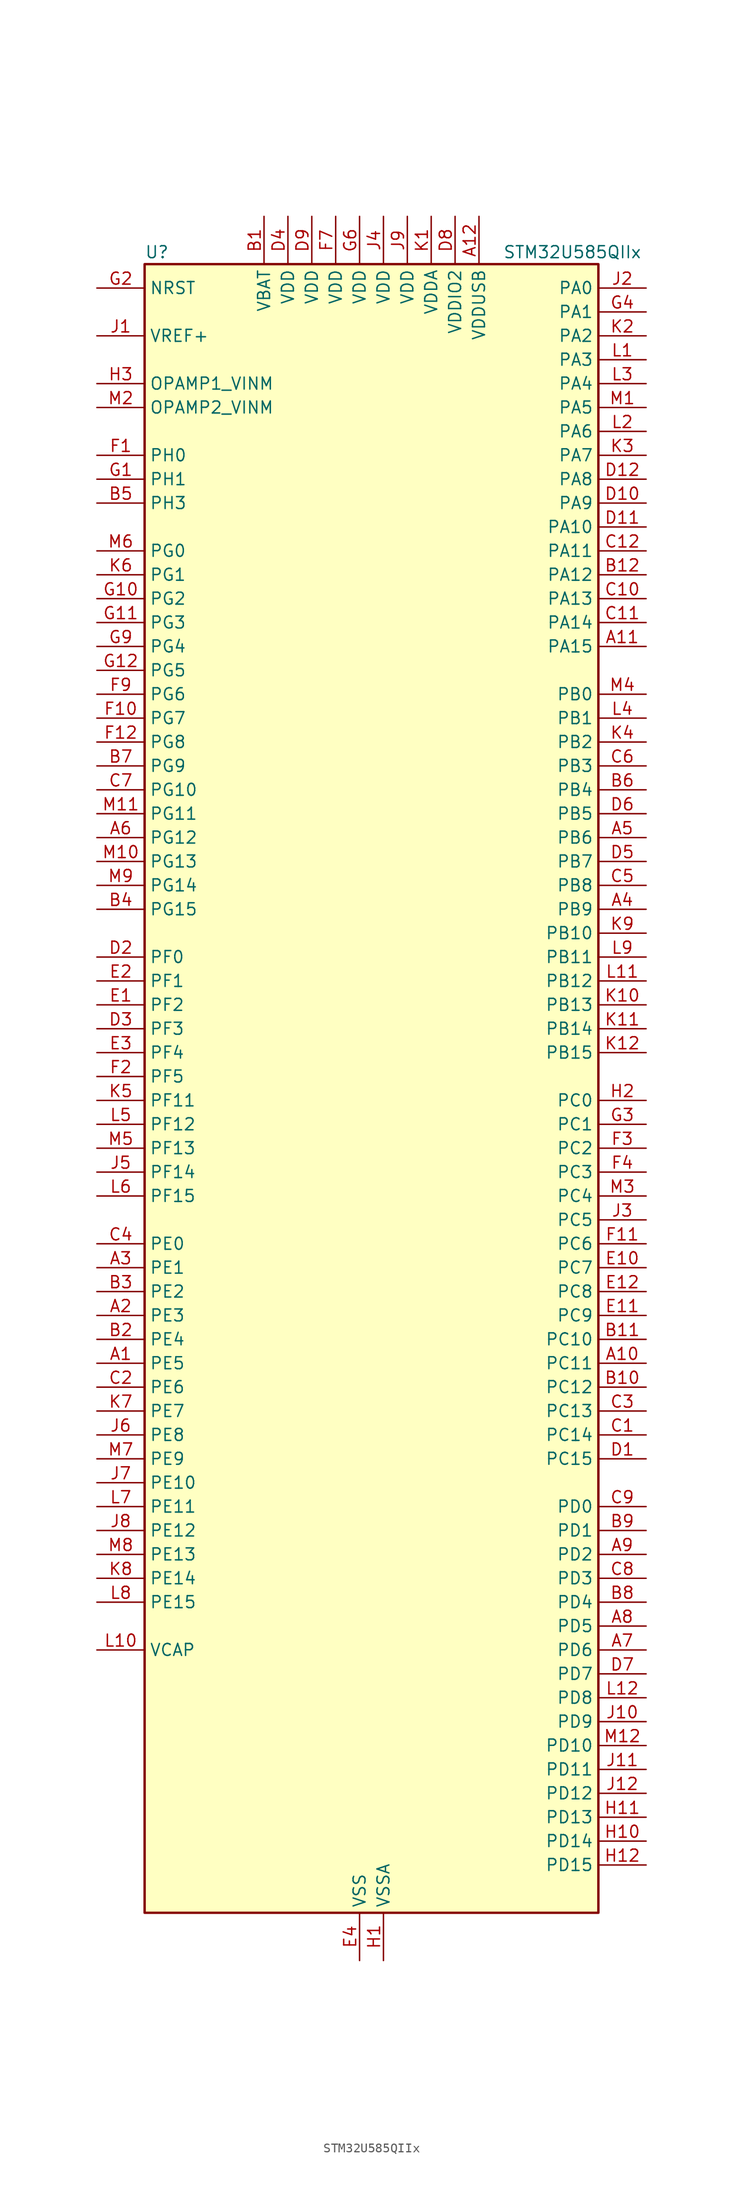
<source format=kicad_sym>
(kicad_symbol_lib
  (version 20211014)
  (generator kicad-library-utils)
  (symbol "STM32U585QIIx"
    (property "Reference" "U"
      (at -22.86 90.17 0)
      (effects (font (size 1.27 1.27)) (justify left)))
    (property "Value" "STM32U585QIIx"
      (at 15.24 90.17 0)
      (effects (font (size 1.27 1.27)) (justify left)))
    (property "ki_fp_filters" "*UFBGA*7x7mm*Layout12x12*P0.5mm*"
      (at 0.0 0.0 0.0)
      (effects (font (size 1.27 1.27))))
    (symbol "STM32U585QIIx_0_1"
      (rectangle (start -22.86 -86.36) (end 25.4 88.9) (stroke (width 0.254)) (fill (type background))))
    (symbol "STM32U585QIIx_1_1"
      (pin input line (at -27.94 86.36 0) (length 5.08) (name "NRST" (effects (font (size 1.27 1.27)))) (number "G2" (effects (font (size 1.27 1.27)))))
      (pin input line (at -27.94 81.28 0) (length 5.08) (name "VREF+" (effects (font (size 1.27 1.27)))) (number "J1" (effects (font (size 1.27 1.27)))) (alternate "VREFBUF_OUT" bidirectional line))
      (pin bidirectional line (at -27.94 76.2 0) (length 5.08) (name "OPAMP1_VINM" (effects (font (size 1.27 1.27)))) (number "H3" (effects (font (size 1.27 1.27)))) (alternate "OPAMP1_VINM" bidirectional line))
      (pin bidirectional line (at -27.94 73.66 0) (length 5.08) (name "OPAMP2_VINM" (effects (font (size 1.27 1.27)))) (number "M2" (effects (font (size 1.27 1.27)))) (alternate "OPAMP2_VINM" bidirectional line))
      (pin bidirectional line (at -27.94 68.58 0) (length 5.08) (name "PH0" (effects (font (size 1.27 1.27)))) (number "F1" (effects (font (size 1.27 1.27)))) (alternate "RCC_OSC_IN" bidirectional line))
      (pin bidirectional line (at -27.94 66.04 0) (length 5.08) (name "PH1" (effects (font (size 1.27 1.27)))) (number "G1" (effects (font (size 1.27 1.27)))) (alternate "RCC_OSC_OUT" bidirectional line))
      (pin bidirectional line (at -27.94 63.5 0) (length 5.08) (name "PH3" (effects (font (size 1.27 1.27)))) (number "B5" (effects (font (size 1.27 1.27)))))
      (pin bidirectional line (at -27.94 58.42 0) (length 5.08) (name "PG0" (effects (font (size 1.27 1.27)))) (number "M6" (effects (font (size 1.27 1.27)))) (alternate "ADC4_IN7" bidirectional line) (alternate "FMC_A10" bidirectional line) (alternate "OCTOSPIM_P2_IO4" bidirectional line) (alternate "TSC_G8_IO3" bidirectional line))
      (pin bidirectional line (at -27.94 55.88 0) (length 5.08) (name "PG1" (effects (font (size 1.27 1.27)))) (number "K6" (effects (font (size 1.27 1.27)))) (alternate "ADC4_IN8" bidirectional line) (alternate "FMC_A11" bidirectional line) (alternate "OCTOSPIM_P2_IO5" bidirectional line) (alternate "TSC_G8_IO4" bidirectional line))
      (pin bidirectional line (at -27.94 53.34 0) (length 5.08) (name "PG2" (effects (font (size 1.27 1.27)))) (number "G10" (effects (font (size 1.27 1.27)))) (alternate "FMC_A12" bidirectional line) (alternate "SAI2_SCK_B" bidirectional line) (alternate "SPI1_SCK" bidirectional line))
      (pin bidirectional line (at -27.94 50.8 0) (length 5.08) (name "PG3" (effects (font (size 1.27 1.27)))) (number "G11" (effects (font (size 1.27 1.27)))) (alternate "FMC_A13" bidirectional line) (alternate "SAI2_FS_B" bidirectional line) (alternate "SPI1_MISO" bidirectional line))
      (pin bidirectional line (at -27.94 48.26 0) (length 5.08) (name "PG4" (effects (font (size 1.27 1.27)))) (number "G9" (effects (font (size 1.27 1.27)))) (alternate "FMC_A14" bidirectional line) (alternate "SAI2_MCLK_B" bidirectional line) (alternate "SPI1_MOSI" bidirectional line))
      (pin bidirectional line (at -27.94 45.72 0) (length 5.08) (name "PG5" (effects (font (size 1.27 1.27)))) (number "G12" (effects (font (size 1.27 1.27)))) (alternate "FMC_A15" bidirectional line) (alternate "LPUART1_CTS" bidirectional line) (alternate "SAI2_SD_B" bidirectional line) (alternate "SPI1_NSS" bidirectional line))
      (pin bidirectional line (at -27.94 43.18 0) (length 5.08) (name "PG6" (effects (font (size 1.27 1.27)))) (number "F9" (effects (font (size 1.27 1.27)))) (alternate "I2C3_SMBA" bidirectional line) (alternate "LPUART1_DE" bidirectional line) (alternate "LPUART1_RTS" bidirectional line) (alternate "OCTOSPIM_P1_DQS" bidirectional line) (alternate "SPI1_RDY" bidirectional line) (alternate "UCPD1_FRSTX1" bidirectional line))
      (pin bidirectional line (at -27.94 40.64 0) (length 5.08) (name "PG7" (effects (font (size 1.27 1.27)))) (number "F10" (effects (font (size 1.27 1.27)))) (alternate "FMC_INT" bidirectional line) (alternate "I2C3_SCL" bidirectional line) (alternate "LPUART1_TX" bidirectional line) (alternate "MDF1_CCK0" bidirectional line) (alternate "OCTOSPIM_P2_DQS" bidirectional line) (alternate "SAI1_CK1" bidirectional line) (alternate "SAI1_MCLK_A" bidirectional line) (alternate "UCPD1_FRSTX2" bidirectional line))
      (pin bidirectional line (at -27.94 38.1 0) (length 5.08) (name "PG8" (effects (font (size 1.27 1.27)))) (number "F12" (effects (font (size 1.27 1.27)))) (alternate "I2C3_SDA" bidirectional line) (alternate "LPUART1_RX" bidirectional line))
      (pin bidirectional line (at -27.94 35.56 0) (length 5.08) (name "PG9" (effects (font (size 1.27 1.27)))) (number "B7" (effects (font (size 1.27 1.27)))) (alternate "DAC1_EXTI9" bidirectional line) (alternate "FMC_NCE" bidirectional line) (alternate "FMC_NE2" bidirectional line) (alternate "OCTOSPIM_P2_IO6" bidirectional line) (alternate "SAI2_SCK_A" bidirectional line) (alternate "SPI3_SCK" bidirectional line) (alternate "TIM15_CH1N" bidirectional line) (alternate "USART1_TX" bidirectional line))
      (pin bidirectional line (at -27.94 33.02 0) (length 5.08) (name "PG10" (effects (font (size 1.27 1.27)))) (number "C7" (effects (font (size 1.27 1.27)))) (alternate "FMC_NE3" bidirectional line) (alternate "LPTIM1_IN1" bidirectional line) (alternate "OCTOSPIM_P2_IO7" bidirectional line) (alternate "SAI2_FS_A" bidirectional line) (alternate "SPI3_MISO" bidirectional line) (alternate "TIM15_CH1" bidirectional line) (alternate "USART1_RX" bidirectional line))
      (pin bidirectional line (at -27.94 30.48 0) (length 5.08) (name "PG11" (effects (font (size 1.27 1.27)))) (number "M11" (effects (font (size 1.27 1.27)))) (alternate "ADC1_EXTI11" bidirectional line) (alternate "LPTIM1_IN2" bidirectional line) (alternate "OCTOSPIM_P1_IO5" bidirectional line) (alternate "SAI2_MCLK_A" bidirectional line) (alternate "SPI3_MOSI" bidirectional line) (alternate "TIM15_CH2" bidirectional line) (alternate "USART1_CTS" bidirectional line))
      (pin bidirectional line (at -27.94 27.94 0) (length 5.08) (name "PG12" (effects (font (size 1.27 1.27)))) (number "A6" (effects (font (size 1.27 1.27)))) (alternate "FMC_NE4" bidirectional line) (alternate "LPTIM1_ETR" bidirectional line) (alternate "OCTOSPIM_P2_NCS" bidirectional line) (alternate "SAI2_SD_A" bidirectional line) (alternate "SPI3_NSS" bidirectional line) (alternate "USART1_DE" bidirectional line) (alternate "USART1_RTS" bidirectional line))
      (pin bidirectional line (at -27.94 25.4 0) (length 5.08) (name "PG13" (effects (font (size 1.27 1.27)))) (number "M10" (effects (font (size 1.27 1.27)))) (alternate "FMC_A24" bidirectional line) (alternate "I2C1_SDA" bidirectional line) (alternate "SPI3_RDY" bidirectional line) (alternate "USART1_CK" bidirectional line))
      (pin bidirectional line (at -27.94 22.86 0) (length 5.08) (name "PG14" (effects (font (size 1.27 1.27)))) (number "M9" (effects (font (size 1.27 1.27)))) (alternate "FMC_A25" bidirectional line) (alternate "I2C1_SCL" bidirectional line) (alternate "LPTIM1_CH2" bidirectional line))
      (pin bidirectional line (at -27.94 20.32 0) (length 5.08) (name "PG15" (effects (font (size 1.27 1.27)))) (number "B4" (effects (font (size 1.27 1.27)))) (alternate "ADC1_EXTI15" bidirectional line) (alternate "ADC4_EXTI15" bidirectional line) (alternate "DCMI_D13" bidirectional line) (alternate "I2C1_SMBA" bidirectional line) (alternate "LPTIM1_CH1" bidirectional line) (alternate "OCTOSPIM_P2_DQS" bidirectional line) (alternate "PSSI_D13" bidirectional line))
      (pin bidirectional line (at -27.94 15.24 0) (length 5.08) (name "PF0" (effects (font (size 1.27 1.27)))) (number "D2" (effects (font (size 1.27 1.27)))) (alternate "FMC_A0" bidirectional line) (alternate "I2C2_SDA" bidirectional line) (alternate "OCTOSPIM_P2_IO0" bidirectional line))
      (pin bidirectional line (at -27.94 12.7 0) (length 5.08) (name "PF1" (effects (font (size 1.27 1.27)))) (number "E2" (effects (font (size 1.27 1.27)))) (alternate "FMC_A1" bidirectional line) (alternate "I2C2_SCL" bidirectional line) (alternate "OCTOSPIM_P2_IO1" bidirectional line))
      (pin bidirectional line (at -27.94 10.16 0) (length 5.08) (name "PF2" (effects (font (size 1.27 1.27)))) (number "E1" (effects (font (size 1.27 1.27)))) (alternate "FMC_A2" bidirectional line) (alternate "I2C2_SMBA" bidirectional line) (alternate "LPTIM3_CH2" bidirectional line) (alternate "OCTOSPIM_P2_IO2" bidirectional line) (alternate "PWR_WKUP8" bidirectional line))
      (pin bidirectional line (at -27.94 7.62 0) (length 5.08) (name "PF3" (effects (font (size 1.27 1.27)))) (number "D3" (effects (font (size 1.27 1.27)))) (alternate "FMC_A3" bidirectional line) (alternate "LPTIM3_IN1" bidirectional line) (alternate "OCTOSPIM_P2_IO3" bidirectional line))
      (pin bidirectional line (at -27.94 5.08 0) (length 5.08) (name "PF4" (effects (font (size 1.27 1.27)))) (number "E3" (effects (font (size 1.27 1.27)))) (alternate "FMC_A4" bidirectional line) (alternate "LPTIM3_ETR" bidirectional line) (alternate "OCTOSPIM_P2_CLK" bidirectional line))
      (pin bidirectional line (at -27.94 2.54 0) (length 5.08) (name "PF5" (effects (font (size 1.27 1.27)))) (number "F2" (effects (font (size 1.27 1.27)))) (alternate "FMC_A5" bidirectional line) (alternate "LPTIM3_CH1" bidirectional line) (alternate "OCTOSPIM_P2_NCLK" bidirectional line))
      (pin bidirectional line (at -27.94 0.0 0) (length 5.08) (name "PF11" (effects (font (size 1.27 1.27)))) (number "K5" (effects (font (size 1.27 1.27)))) (alternate "ADC1_EXTI11" bidirectional line) (alternate "DCMI_D12" bidirectional line) (alternate "LPTIM4_IN1" bidirectional line) (alternate "OCTOSPIM_P1_NCLK" bidirectional line) (alternate "PSSI_D12" bidirectional line))
      (pin bidirectional line (at -27.94 -2.54 0) (length 5.08) (name "PF12" (effects (font (size 1.27 1.27)))) (number "L5" (effects (font (size 1.27 1.27)))) (alternate "FMC_A6" bidirectional line) (alternate "LPTIM4_ETR" bidirectional line) (alternate "OCTOSPIM_P2_DQS" bidirectional line))
      (pin bidirectional line (at -27.94 -5.08 0) (length 5.08) (name "PF13" (effects (font (size 1.27 1.27)))) (number "M5" (effects (font (size 1.27 1.27)))) (alternate "FMC_A7" bidirectional line) (alternate "I2C4_SMBA" bidirectional line) (alternate "LPTIM4_OUT" bidirectional line) (alternate "UCPD1_FRSTX2" bidirectional line))
      (pin bidirectional line (at -27.94 -7.62 0) (length 5.08) (name "PF14" (effects (font (size 1.27 1.27)))) (number "J5" (effects (font (size 1.27 1.27)))) (alternate "ADC4_IN5" bidirectional line) (alternate "FMC_A8" bidirectional line) (alternate "I2C4_SCL" bidirectional line) (alternate "TSC_G8_IO1" bidirectional line))
      (pin bidirectional line (at -27.94 -10.16 0) (length 5.08) (name "PF15" (effects (font (size 1.27 1.27)))) (number "L6" (effects (font (size 1.27 1.27)))) (alternate "ADC1_EXTI15" bidirectional line) (alternate "ADC4_EXTI15" bidirectional line) (alternate "ADC4_IN6" bidirectional line) (alternate "FMC_A9" bidirectional line) (alternate "I2C4_SDA" bidirectional line) (alternate "TSC_G8_IO2" bidirectional line))
      (pin bidirectional line (at -27.94 -15.24 0) (length 5.08) (name "PE0" (effects (font (size 1.27 1.27)))) (number "C4" (effects (font (size 1.27 1.27)))) (alternate "DCMI_D2" bidirectional line) (alternate "FMC_NBL0" bidirectional line) (alternate "PSSI_D2" bidirectional line) (alternate "TIM16_CH1" bidirectional line) (alternate "TIM4_ETR" bidirectional line))
      (pin bidirectional line (at -27.94 -17.78 0) (length 5.08) (name "PE1" (effects (font (size 1.27 1.27)))) (number "A3" (effects (font (size 1.27 1.27)))) (alternate "DCMI_D3" bidirectional line) (alternate "FMC_NBL1" bidirectional line) (alternate "PSSI_D3" bidirectional line) (alternate "TIM17_CH1" bidirectional line))
      (pin bidirectional line (at -27.94 -20.32 0) (length 5.08) (name "PE2" (effects (font (size 1.27 1.27)))) (number "B3" (effects (font (size 1.27 1.27)))) (alternate "DEBUG_TRACECLK" bidirectional line) (alternate "FMC_A23" bidirectional line) (alternate "SAI1_CK1" bidirectional line) (alternate "SAI1_MCLK_A" bidirectional line) (alternate "TIM3_ETR" bidirectional line) (alternate "TSC_G7_IO1" bidirectional line))
      (pin bidirectional line (at -27.94 -22.86 0) (length 5.08) (name "PE3" (effects (font (size 1.27 1.27)))) (number "A2" (effects (font (size 1.27 1.27)))) (alternate "DEBUG_TRACED0" bidirectional line) (alternate "FMC_A19" bidirectional line) (alternate "OCTOSPIM_P1_DQS" bidirectional line) (alternate "SAI1_SD_B" bidirectional line) (alternate "TAMP_IN6" bidirectional line) (alternate "TAMP_OUT3" bidirectional line) (alternate "TIM3_CH1" bidirectional line) (alternate "TSC_G7_IO2" bidirectional line))
      (pin bidirectional line (at -27.94 -25.4 0) (length 5.08) (name "PE4" (effects (font (size 1.27 1.27)))) (number "B2" (effects (font (size 1.27 1.27)))) (alternate "DCMI_D4" bidirectional line) (alternate "DEBUG_TRACED1" bidirectional line) (alternate "FMC_A20" bidirectional line) (alternate "MDF1_SDI3" bidirectional line) (alternate "PSSI_D4" bidirectional line) (alternate "PWR_WKUP1" bidirectional line) (alternate "SAI1_D2" bidirectional line) (alternate "SAI1_FS_A" bidirectional line) (alternate "TAMP_IN7" bidirectional line) (alternate "TAMP_OUT8" bidirectional line) (alternate "TIM3_CH2" bidirectional line) (alternate "TSC_G7_IO3" bidirectional line))
      (pin bidirectional line (at -27.94 -27.94 0) (length 5.08) (name "PE5" (effects (font (size 1.27 1.27)))) (number "A1" (effects (font (size 1.27 1.27)))) (alternate "DCMI_D6" bidirectional line) (alternate "DEBUG_TRACED2" bidirectional line) (alternate "FMC_A21" bidirectional line) (alternate "MDF1_CKI3" bidirectional line) (alternate "PSSI_D6" bidirectional line) (alternate "PWR_WKUP2" bidirectional line) (alternate "SAI1_CK2" bidirectional line) (alternate "SAI1_SCK_A" bidirectional line) (alternate "TAMP_IN8" bidirectional line) (alternate "TAMP_OUT7" bidirectional line) (alternate "TIM3_CH3" bidirectional line) (alternate "TSC_G7_IO4" bidirectional line))
      (pin bidirectional line (at -27.94 -30.48 0) (length 5.08) (name "PE6" (effects (font (size 1.27 1.27)))) (number "C2" (effects (font (size 1.27 1.27)))) (alternate "DCMI_D7" bidirectional line) (alternate "DEBUG_TRACED3" bidirectional line) (alternate "FMC_A22" bidirectional line) (alternate "PSSI_D7" bidirectional line) (alternate "PWR_WKUP3" bidirectional line) (alternate "SAI1_D1" bidirectional line) (alternate "SAI1_SD_A" bidirectional line) (alternate "TAMP_IN3" bidirectional line) (alternate "TAMP_OUT6" bidirectional line) (alternate "TIM3_CH4" bidirectional line))
      (pin bidirectional line (at -27.94 -33.02 0) (length 5.08) (name "PE7" (effects (font (size 1.27 1.27)))) (number "K7" (effects (font (size 1.27 1.27)))) (alternate "FMC_D4" bidirectional line) (alternate "FMC_DA4" bidirectional line) (alternate "MDF1_SDI2" bidirectional line) (alternate "PWR_WKUP6" bidirectional line) (alternate "SAI1_SD_B" bidirectional line) (alternate "TIM1_ETR" bidirectional line))
      (pin bidirectional line (at -27.94 -35.56 0) (length 5.08) (name "PE8" (effects (font (size 1.27 1.27)))) (number "J6" (effects (font (size 1.27 1.27)))) (alternate "FMC_D5" bidirectional line) (alternate "FMC_DA5" bidirectional line) (alternate "MDF1_CKI2" bidirectional line) (alternate "PWR_WKUP7" bidirectional line) (alternate "SAI1_SCK_B" bidirectional line) (alternate "TIM1_CH1N" bidirectional line))
      (pin bidirectional line (at -27.94 -38.1 0) (length 5.08) (name "PE9" (effects (font (size 1.27 1.27)))) (number "M7" (effects (font (size 1.27 1.27)))) (alternate "ADF1_CCK0" bidirectional line) (alternate "DAC1_EXTI9" bidirectional line) (alternate "FMC_D6" bidirectional line) (alternate "FMC_DA6" bidirectional line) (alternate "MDF1_CCK0" bidirectional line) (alternate "OCTOSPIM_P1_NCLK" bidirectional line) (alternate "SAI1_FS_B" bidirectional line) (alternate "TIM1_CH1" bidirectional line))
      (pin bidirectional line (at -27.94 -40.64 0) (length 5.08) (name "PE10" (effects (font (size 1.27 1.27)))) (number "J7" (effects (font (size 1.27 1.27)))) (alternate "ADF1_SDI0" bidirectional line) (alternate "FMC_D7" bidirectional line) (alternate "FMC_DA7" bidirectional line) (alternate "MDF1_SDI4" bidirectional line) (alternate "OCTOSPIM_P1_CLK" bidirectional line) (alternate "SAI1_MCLK_B" bidirectional line) (alternate "TIM1_CH2N" bidirectional line) (alternate "TSC_G5_IO1" bidirectional line))
      (pin bidirectional line (at -27.94 -43.18 0) (length 5.08) (name "PE11" (effects (font (size 1.27 1.27)))) (number "L7" (effects (font (size 1.27 1.27)))) (alternate "ADC1_EXTI11" bidirectional line) (alternate "FMC_D8" bidirectional line) (alternate "FMC_DA8" bidirectional line) (alternate "MDF1_CKI4" bidirectional line) (alternate "OCTOSPIM_P1_NCS" bidirectional line) (alternate "SPI1_RDY" bidirectional line) (alternate "TIM1_CH2" bidirectional line) (alternate "TSC_G5_IO2" bidirectional line))
      (pin bidirectional line (at -27.94 -45.72 0) (length 5.08) (name "PE12" (effects (font (size 1.27 1.27)))) (number "J8" (effects (font (size 1.27 1.27)))) (alternate "FMC_D9" bidirectional line) (alternate "FMC_DA9" bidirectional line) (alternate "MDF1_SDI5" bidirectional line) (alternate "OCTOSPIM_P1_IO0" bidirectional line) (alternate "SPI1_NSS" bidirectional line) (alternate "TIM1_CH3N" bidirectional line) (alternate "TSC_G5_IO3" bidirectional line))
      (pin bidirectional line (at -27.94 -48.26 0) (length 5.08) (name "PE13" (effects (font (size 1.27 1.27)))) (number "M8" (effects (font (size 1.27 1.27)))) (alternate "FMC_D10" bidirectional line) (alternate "FMC_DA10" bidirectional line) (alternate "MDF1_CKI5" bidirectional line) (alternate "OCTOSPIM_P1_IO1" bidirectional line) (alternate "SPI1_SCK" bidirectional line) (alternate "TIM1_CH3" bidirectional line) (alternate "TSC_G5_IO4" bidirectional line))
      (pin bidirectional line (at -27.94 -50.8 0) (length 5.08) (name "PE14" (effects (font (size 1.27 1.27)))) (number "K8" (effects (font (size 1.27 1.27)))) (alternate "FMC_D11" bidirectional line) (alternate "FMC_DA11" bidirectional line) (alternate "OCTOSPIM_P1_IO2" bidirectional line) (alternate "SPI1_MISO" bidirectional line) (alternate "TIM1_BKIN2" bidirectional line) (alternate "TIM1_CH4" bidirectional line))
      (pin bidirectional line (at -27.94 -53.34 0) (length 5.08) (name "PE15" (effects (font (size 1.27 1.27)))) (number "L8" (effects (font (size 1.27 1.27)))) (alternate "ADC1_EXTI15" bidirectional line) (alternate "ADC4_EXTI15" bidirectional line) (alternate "FMC_D12" bidirectional line) (alternate "FMC_DA12" bidirectional line) (alternate "OCTOSPIM_P1_IO3" bidirectional line) (alternate "SPI1_MOSI" bidirectional line) (alternate "TIM1_BKIN" bidirectional line) (alternate "TIM1_CH4N" bidirectional line))
      (pin power_out line (at -27.94 -58.42 0) (length 5.08) (name "VCAP" (effects (font (size 1.27 1.27)))) (number "L10" (effects (font (size 1.27 1.27)))))
      (pin bidirectional line (at 30.48 86.36 180) (length 5.08) (name "PA0" (effects (font (size 1.27 1.27)))) (number "J2" (effects (font (size 1.27 1.27)))) (alternate "ADC1_IN5" bidirectional line) (alternate "AUDIOCLK" bidirectional line) (alternate "OCTOSPIM_P2_NCS" bidirectional line) (alternate "OPAMP1_VINP" bidirectional line) (alternate "PWR_WKUP1" bidirectional line) (alternate "SDMMC2_CMD" bidirectional line) (alternate "SPI3_RDY" bidirectional line) (alternate "TAMP_IN2" bidirectional line) (alternate "TAMP_OUT1" bidirectional line) (alternate "TIM2_CH1" bidirectional line) (alternate "TIM2_ETR" bidirectional line) (alternate "TIM5_CH1" bidirectional line) (alternate "TIM8_ETR" bidirectional line) (alternate "UART4_TX" bidirectional line) (alternate "USART2_CTS" bidirectional line))
      (pin bidirectional line (at 30.48 83.82 180) (length 5.08) (name "PA1" (effects (font (size 1.27 1.27)))) (number "G4" (effects (font (size 1.27 1.27)))) (alternate "ADC1_IN6" bidirectional line) (alternate "I2C1_SMBA" bidirectional line) (alternate "LPTIM1_CH2" bidirectional line) (alternate "OCTOSPIM_P1_DQS" bidirectional line) (alternate "OPAMP1_VINM" bidirectional line) (alternate "PWR_WKUP3" bidirectional line) (alternate "SPI1_SCK" bidirectional line) (alternate "TAMP_IN5" bidirectional line) (alternate "TAMP_OUT4" bidirectional line) (alternate "TIM15_CH1N" bidirectional line) (alternate "TIM2_CH2" bidirectional line) (alternate "TIM5_CH2" bidirectional line) (alternate "UART4_RX" bidirectional line) (alternate "USART2_DE" bidirectional line) (alternate "USART2_RTS" bidirectional line))
      (pin bidirectional line (at 30.48 81.28 180) (length 5.08) (name "PA2" (effects (font (size 1.27 1.27)))) (number "K2" (effects (font (size 1.27 1.27)))) (alternate "ADC1_IN7" bidirectional line) (alternate "COMP1_INP" bidirectional line) (alternate "LPUART1_TX" bidirectional line) (alternate "OCTOSPIM_P1_NCS" bidirectional line) (alternate "PWR_WKUP4" bidirectional line) (alternate "RCC_LSCO" bidirectional line) (alternate "SPI1_RDY" bidirectional line) (alternate "TIM15_CH1" bidirectional line) (alternate "TIM2_CH3" bidirectional line) (alternate "TIM5_CH3" bidirectional line) (alternate "UCPD1_FRSTX1" bidirectional line) (alternate "USART2_TX" bidirectional line))
      (pin bidirectional line (at 30.48 78.74 180) (length 5.08) (name "PA3" (effects (font (size 1.27 1.27)))) (number "L1" (effects (font (size 1.27 1.27)))) (alternate "ADC1_IN8" bidirectional line) (alternate "LPUART1_RX" bidirectional line) (alternate "OCTOSPIM_P1_CLK" bidirectional line) (alternate "OPAMP1_VOUT" bidirectional line) (alternate "PWR_WKUP5" bidirectional line) (alternate "SAI1_CK1" bidirectional line) (alternate "SAI1_MCLK_A" bidirectional line) (alternate "TIM15_CH2" bidirectional line) (alternate "TIM2_CH4" bidirectional line) (alternate "TIM5_CH4" bidirectional line) (alternate "USART2_RX" bidirectional line))
      (pin bidirectional line (at 30.48 76.2 180) (length 5.08) (name "PA4" (effects (font (size 1.27 1.27)))) (number "L3" (effects (font (size 1.27 1.27)))) (alternate "ADC1_IN9" bidirectional line) (alternate "ADC4_IN9" bidirectional line) (alternate "DAC1_OUT1" bidirectional line) (alternate "DCMI_HSYNC" bidirectional line) (alternate "LPTIM2_CH1" bidirectional line) (alternate "OCTOSPIM_P1_NCS" bidirectional line) (alternate "PSSI_DE" bidirectional line) (alternate "PWR_WKUP2" bidirectional line) (alternate "SAI1_FS_B" bidirectional line) (alternate "SPI1_NSS" bidirectional line) (alternate "SPI3_NSS" bidirectional line) (alternate "USART2_CK" bidirectional line))
      (pin bidirectional line (at 30.48 73.66 180) (length 5.08) (name "PA5" (effects (font (size 1.27 1.27)))) (number "M1" (effects (font (size 1.27 1.27)))) (alternate "ADC1_IN10" bidirectional line) (alternate "ADC4_IN10" bidirectional line) (alternate "DAC1_OUT2" bidirectional line) (alternate "LPTIM2_ETR" bidirectional line) (alternate "PSSI_D14" bidirectional line) (alternate "PWR_CSLEEP" bidirectional line) (alternate "PWR_WKUP6" bidirectional line) (alternate "SPI1_SCK" bidirectional line) (alternate "TIM2_CH1" bidirectional line) (alternate "TIM2_ETR" bidirectional line) (alternate "TIM8_CH1N" bidirectional line) (alternate "USART3_RX" bidirectional line))
      (pin bidirectional line (at 30.48 71.12 180) (length 5.08) (name "PA6" (effects (font (size 1.27 1.27)))) (number "L2" (effects (font (size 1.27 1.27)))) (alternate "ADC1_IN11" bidirectional line) (alternate "ADC4_IN11" bidirectional line) (alternate "DCMI_PIXCLK" bidirectional line) (alternate "LPUART1_CTS" bidirectional line) (alternate "OCTOSPIM_P1_IO3" bidirectional line) (alternate "OPAMP2_VINP" bidirectional line) (alternate "PSSI_PDCK" bidirectional line) (alternate "PWR_CDSTOP" bidirectional line) (alternate "PWR_WKUP7" bidirectional line) (alternate "SPI1_MISO" bidirectional line) (alternate "TIM16_CH1" bidirectional line) (alternate "TIM1_BKIN" bidirectional line) (alternate "TIM3_CH1" bidirectional line) (alternate "TIM8_BKIN" bidirectional line) (alternate "USART3_CTS" bidirectional line))
      (pin bidirectional line (at 30.48 68.58 180) (length 5.08) (name "PA7" (effects (font (size 1.27 1.27)))) (number "K3" (effects (font (size 1.27 1.27)))) (alternate "ADC1_IN12" bidirectional line) (alternate "ADC4_IN20" bidirectional line) (alternate "I2C3_SCL" bidirectional line) (alternate "LPTIM2_CH2" bidirectional line) (alternate "OCTOSPIM_P1_IO2" bidirectional line) (alternate "OPAMP2_VINM" bidirectional line) (alternate "PWR_SRDSTOP" bidirectional line) (alternate "PWR_WKUP8" bidirectional line) (alternate "SPI1_MOSI" bidirectional line) (alternate "TIM17_CH1" bidirectional line) (alternate "TIM1_CH1N" bidirectional line) (alternate "TIM3_CH2" bidirectional line) (alternate "TIM8_CH1N" bidirectional line) (alternate "USART3_TX" bidirectional line))
      (pin bidirectional line (at 30.48 66.04 180) (length 5.08) (name "PA8" (effects (font (size 1.27 1.27)))) (number "D12" (effects (font (size 1.27 1.27)))) (alternate "DEBUG_TRACECLK" bidirectional line) (alternate "LPTIM2_CH1" bidirectional line) (alternate "RCC_MCO" bidirectional line) (alternate "SAI1_CK2" bidirectional line) (alternate "SAI1_SCK_A" bidirectional line) (alternate "SPI1_RDY" bidirectional line) (alternate "TIM1_CH1" bidirectional line) (alternate "USART1_CK" bidirectional line) (alternate "USB_OTG_FS_SOF" bidirectional line))
      (pin bidirectional line (at 30.48 63.5 180) (length 5.08) (name "PA9" (effects (font (size 1.27 1.27)))) (number "D10" (effects (font (size 1.27 1.27)))) (alternate "DAC1_EXTI9" bidirectional line) (alternate "DCMI_D0" bidirectional line) (alternate "PSSI_D0" bidirectional line) (alternate "SAI1_FS_A" bidirectional line) (alternate "SPI2_SCK" bidirectional line) (alternate "TIM15_BKIN" bidirectional line) (alternate "TIM1_CH2" bidirectional line) (alternate "USART1_TX" bidirectional line) (alternate "USB_OTG_FS_VBUS" bidirectional line))
      (pin bidirectional line (at 30.48 60.96 180) (length 5.08) (name "PA10" (effects (font (size 1.27 1.27)))) (number "D11" (effects (font (size 1.27 1.27)))) (alternate "CRS_SYNC" bidirectional line) (alternate "DCMI_D1" bidirectional line) (alternate "LPTIM2_IN2" bidirectional line) (alternate "PSSI_D1" bidirectional line) (alternate "SAI1_D1" bidirectional line) (alternate "SAI1_SD_A" bidirectional line) (alternate "TIM17_BKIN" bidirectional line) (alternate "TIM1_CH3" bidirectional line) (alternate "USART1_RX" bidirectional line) (alternate "USB_OTG_FS_ID" bidirectional line))
      (pin bidirectional line (at 30.48 58.42 180) (length 5.08) (name "PA11" (effects (font (size 1.27 1.27)))) (number "C12" (effects (font (size 1.27 1.27)))) (alternate "ADC1_EXTI11" bidirectional line) (alternate "FDCAN1_RX" bidirectional line) (alternate "SPI1_MISO" bidirectional line) (alternate "TIM1_BKIN2" bidirectional line) (alternate "TIM1_CH4" bidirectional line) (alternate "USART1_CTS" bidirectional line) (alternate "USB_OTG_FS_DM" bidirectional line))
      (pin bidirectional line (at 30.48 55.88 180) (length 5.08) (name "PA12" (effects (font (size 1.27 1.27)))) (number "B12" (effects (font (size 1.27 1.27)))) (alternate "FDCAN1_TX" bidirectional line) (alternate "OCTOSPIM_P2_NCS" bidirectional line) (alternate "SPI1_MOSI" bidirectional line) (alternate "TIM1_ETR" bidirectional line) (alternate "USART1_DE" bidirectional line) (alternate "USART1_RTS" bidirectional line) (alternate "USB_OTG_FS_DP" bidirectional line))
      (pin bidirectional line (at 30.48 53.34 180) (length 5.08) (name "PA13" (effects (font (size 1.27 1.27)))) (number "C10" (effects (font (size 1.27 1.27)))) (alternate "DEBUG_JTMS-SWDIO" bidirectional line) (alternate "IR_OUT" bidirectional line) (alternate "SAI1_SD_B" bidirectional line) (alternate "USB_OTG_FS_NOE" bidirectional line))
      (pin bidirectional line (at 30.48 50.8 180) (length 5.08) (name "PA14" (effects (font (size 1.27 1.27)))) (number "C11" (effects (font (size 1.27 1.27)))) (alternate "DEBUG_JTCK-SWCLK" bidirectional line) (alternate "I2C1_SMBA" bidirectional line) (alternate "I2C4_SMBA" bidirectional line) (alternate "LPTIM1_CH1" bidirectional line) (alternate "SAI1_FS_B" bidirectional line) (alternate "USB_OTG_FS_SOF" bidirectional line))
      (pin bidirectional line (at 30.48 48.26 180) (length 5.08) (name "PA15" (effects (font (size 1.27 1.27)))) (number "A11" (effects (font (size 1.27 1.27)))) (alternate "ADC1_EXTI15" bidirectional line) (alternate "ADC4_EXTI15" bidirectional line) (alternate "DEBUG_JTDI" bidirectional line) (alternate "SAI2_FS_B" bidirectional line) (alternate "SPI1_NSS" bidirectional line) (alternate "SPI3_NSS" bidirectional line) (alternate "TIM2_CH1" bidirectional line) (alternate "TIM2_ETR" bidirectional line) (alternate "UART4_DE" bidirectional line) (alternate "UART4_RTS" bidirectional line) (alternate "UCPD1_CC1" bidirectional line) (alternate "USART2_RX" bidirectional line) (alternate "USART3_DE" bidirectional line) (alternate "USART3_RTS" bidirectional line))
      (pin bidirectional line (at 30.48 43.18 180) (length 5.08) (name "PB0" (effects (font (size 1.27 1.27)))) (number "M4" (effects (font (size 1.27 1.27)))) (alternate "ADC1_IN15" bidirectional line) (alternate "ADC4_IN18" bidirectional line) (alternate "AUDIOCLK" bidirectional line) (alternate "COMP1_OUT" bidirectional line) (alternate "LPTIM3_CH1" bidirectional line) (alternate "OCTOSPIM_P1_IO1" bidirectional line) (alternate "OPAMP2_VOUT" bidirectional line) (alternate "SPI1_NSS" bidirectional line) (alternate "TIM1_CH2N" bidirectional line) (alternate "TIM3_CH3" bidirectional line) (alternate "TIM8_CH2N" bidirectional line) (alternate "USART3_CK" bidirectional line))
      (pin bidirectional line (at 30.48 40.64 180) (length 5.08) (name "PB1" (effects (font (size 1.27 1.27)))) (number "L4" (effects (font (size 1.27 1.27)))) (alternate "ADC1_IN16" bidirectional line) (alternate "ADC4_IN19" bidirectional line) (alternate "COMP1_INM" bidirectional line) (alternate "LPTIM2_IN1" bidirectional line) (alternate "LPTIM3_CH2" bidirectional line) (alternate "LPUART1_DE" bidirectional line) (alternate "LPUART1_RTS" bidirectional line) (alternate "MDF1_SDI0" bidirectional line) (alternate "OCTOSPIM_P1_IO0" bidirectional line) (alternate "PWR_WKUP4" bidirectional line) (alternate "TIM1_CH3N" bidirectional line) (alternate "TIM3_CH4" bidirectional line) (alternate "TIM8_CH3N" bidirectional line) (alternate "USART3_DE" bidirectional line) (alternate "USART3_RTS" bidirectional line))
      (pin bidirectional line (at 30.48 38.1 180) (length 5.08) (name "PB2" (effects (font (size 1.27 1.27)))) (number "K4" (effects (font (size 1.27 1.27)))) (alternate "ADC1_IN17" bidirectional line) (alternate "COMP1_INP" bidirectional line) (alternate "I2C3_SMBA" bidirectional line) (alternate "LPTIM1_CH1" bidirectional line) (alternate "MDF1_CKI0" bidirectional line) (alternate "OCTOSPIM_P1_DQS" bidirectional line) (alternate "PWR_WKUP1" bidirectional line) (alternate "RTC_OUT2" bidirectional line) (alternate "SPI1_RDY" bidirectional line) (alternate "TIM8_CH4N" bidirectional line) (alternate "UCPD1_FRSTX1" bidirectional line))
      (pin bidirectional line (at 30.48 35.56 180) (length 5.08) (name "PB3" (effects (font (size 1.27 1.27)))) (number "C6" (effects (font (size 1.27 1.27)))) (alternate "ADF1_CCK0" bidirectional line) (alternate "COMP2_INM" bidirectional line) (alternate "CRS_SYNC" bidirectional line) (alternate "DEBUG_JTDO-SWO" bidirectional line) (alternate "I2C1_SDA" bidirectional line) (alternate "LPTIM1_CH1" bidirectional line) (alternate "SAI1_SCK_B" bidirectional line) (alternate "SDMMC2_D2" bidirectional line) (alternate "SPI1_SCK" bidirectional line) (alternate "SPI3_SCK" bidirectional line) (alternate "TIM2_CH2" bidirectional line) (alternate "USART1_DE" bidirectional line) (alternate "USART1_RTS" bidirectional line))
      (pin bidirectional line (at 30.48 33.02 180) (length 5.08) (name "PB4" (effects (font (size 1.27 1.27)))) (number "B6" (effects (font (size 1.27 1.27)))) (alternate "ADF1_SDI0" bidirectional line) (alternate "COMP2_INP" bidirectional line) (alternate "DCMI_D12" bidirectional line) (alternate "DEBUG_JTRST" bidirectional line) (alternate "I2C3_SDA" bidirectional line) (alternate "LPTIM1_CH2" bidirectional line) (alternate "PSSI_D12" bidirectional line) (alternate "SAI1_MCLK_B" bidirectional line) (alternate "SDMMC2_D3" bidirectional line) (alternate "SPI1_MISO" bidirectional line) (alternate "SPI3_MISO" bidirectional line) (alternate "TIM17_BKIN" bidirectional line) (alternate "TIM3_CH1" bidirectional line) (alternate "TSC_G2_IO1" bidirectional line) (alternate "UART5_DE" bidirectional line) (alternate "UART5_RTS" bidirectional line) (alternate "USART1_CTS" bidirectional line))
      (pin bidirectional line (at 30.48 30.48 180) (length 5.08) (name "PB5" (effects (font (size 1.27 1.27)))) (number "D6" (effects (font (size 1.27 1.27)))) (alternate "COMP2_OUT" bidirectional line) (alternate "DCMI_D10" bidirectional line) (alternate "I2C1_SMBA" bidirectional line) (alternate "LPTIM1_IN1" bidirectional line) (alternate "OCTOSPIM_P1_NCLK" bidirectional line) (alternate "PSSI_D10" bidirectional line) (alternate "PWR_WKUP6" bidirectional line) (alternate "SAI1_SD_B" bidirectional line) (alternate "SPI1_MOSI" bidirectional line) (alternate "SPI3_MOSI" bidirectional line) (alternate "TIM16_BKIN" bidirectional line) (alternate "TIM3_CH2" bidirectional line) (alternate "TSC_G2_IO2" bidirectional line) (alternate "UART5_CTS" bidirectional line) (alternate "UCPD1_DBCC1" bidirectional line) (alternate "USART1_CK" bidirectional line))
      (pin bidirectional line (at 30.48 27.94 180) (length 5.08) (name "PB6" (effects (font (size 1.27 1.27)))) (number "A5" (effects (font (size 1.27 1.27)))) (alternate "COMP2_INP" bidirectional line) (alternate "DCMI_D5" bidirectional line) (alternate "I2C1_SCL" bidirectional line) (alternate "I2C4_SCL" bidirectional line) (alternate "LPTIM1_ETR" bidirectional line) (alternate "MDF1_SDI5" bidirectional line) (alternate "PSSI_D5" bidirectional line) (alternate "PWR_WKUP3" bidirectional line) (alternate "SAI1_FS_B" bidirectional line) (alternate "TIM16_CH1N" bidirectional line) (alternate "TIM4_CH1" bidirectional line) (alternate "TIM8_BKIN2" bidirectional line) (alternate "TSC_G2_IO3" bidirectional line) (alternate "USART1_TX" bidirectional line))
      (pin bidirectional line (at 30.48 25.4 180) (length 5.08) (name "PB7" (effects (font (size 1.27 1.27)))) (number "D5" (effects (font (size 1.27 1.27)))) (alternate "COMP2_INM" bidirectional line) (alternate "DCMI_VSYNC" bidirectional line) (alternate "FMC_NL" bidirectional line) (alternate "I2C1_SDA" bidirectional line) (alternate "I2C4_SDA" bidirectional line) (alternate "LPTIM1_IN2" bidirectional line) (alternate "MDF1_CKI5" bidirectional line) (alternate "PSSI_RDY" bidirectional line) (alternate "PWR_PVD_IN" bidirectional line) (alternate "PWR_WKUP4" bidirectional line) (alternate "TIM17_CH1N" bidirectional line) (alternate "TIM4_CH2" bidirectional line) (alternate "TIM8_BKIN" bidirectional line) (alternate "TSC_G2_IO4" bidirectional line) (alternate "UART4_CTS" bidirectional line) (alternate "USART1_RX" bidirectional line))
      (pin bidirectional line (at 30.48 22.86 180) (length 5.08) (name "PB8" (effects (font (size 1.27 1.27)))) (number "C5" (effects (font (size 1.27 1.27)))) (alternate "DCMI_D6" bidirectional line) (alternate "FDCAN1_RX" bidirectional line) (alternate "I2C1_SCL" bidirectional line) (alternate "MDF1_CCK0" bidirectional line) (alternate "PSSI_D6" bidirectional line) (alternate "PWR_WKUP5" bidirectional line) (alternate "SAI1_CK1" bidirectional line) (alternate "SAI1_MCLK_A" bidirectional line) (alternate "SDMMC1_CKIN" bidirectional line) (alternate "SDMMC1_D4" bidirectional line) (alternate "SDMMC2_D4" bidirectional line) (alternate "SPI3_RDY" bidirectional line) (alternate "TIM16_CH1" bidirectional line) (alternate "TIM4_CH3" bidirectional line))
      (pin bidirectional line (at 30.48 20.32 180) (length 5.08) (name "PB9" (effects (font (size 1.27 1.27)))) (number "A4" (effects (font (size 1.27 1.27)))) (alternate "DAC1_EXTI9" bidirectional line) (alternate "DCMI_D7" bidirectional line) (alternate "FDCAN1_TX" bidirectional line) (alternate "I2C1_SDA" bidirectional line) (alternate "IR_OUT" bidirectional line) (alternate "PSSI_D7" bidirectional line) (alternate "SAI1_D2" bidirectional line) (alternate "SAI1_FS_A" bidirectional line) (alternate "SDMMC1_CDIR" bidirectional line) (alternate "SDMMC1_D5" bidirectional line) (alternate "SDMMC2_D5" bidirectional line) (alternate "SPI2_NSS" bidirectional line) (alternate "TIM17_CH1" bidirectional line) (alternate "TIM4_CH4" bidirectional line))
      (pin bidirectional line (at 30.48 17.78 180) (length 5.08) (name "PB10" (effects (font (size 1.27 1.27)))) (number "K9" (effects (font (size 1.27 1.27)))) (alternate "COMP1_OUT" bidirectional line) (alternate "I2C2_SCL" bidirectional line) (alternate "I2C4_SCL" bidirectional line) (alternate "LPTIM3_CH1" bidirectional line) (alternate "LPUART1_RX" bidirectional line) (alternate "OCTOSPIM_P1_CLK" bidirectional line) (alternate "PWR_WKUP8" bidirectional line) (alternate "SAI1_SCK_A" bidirectional line) (alternate "SPI2_SCK" bidirectional line) (alternate "TIM2_CH3" bidirectional line) (alternate "TSC_SYNC" bidirectional line) (alternate "USART3_TX" bidirectional line))
      (pin bidirectional line (at 30.48 15.24 180) (length 5.08) (name "PB11" (effects (font (size 1.27 1.27)))) (number "L9" (effects (font (size 1.27 1.27)))) (alternate "ADC1_EXTI11" bidirectional line) (alternate "COMP2_OUT" bidirectional line) (alternate "I2C2_SDA" bidirectional line) (alternate "I2C4_SDA" bidirectional line) (alternate "LPUART1_TX" bidirectional line) (alternate "OCTOSPIM_P1_NCS" bidirectional line) (alternate "SPI2_RDY" bidirectional line) (alternate "TIM2_CH4" bidirectional line) (alternate "USART3_RX" bidirectional line))
      (pin bidirectional line (at 30.48 12.7 180) (length 5.08) (name "PB12" (effects (font (size 1.27 1.27)))) (number "L11" (effects (font (size 1.27 1.27)))) (alternate "I2C2_SMBA" bidirectional line) (alternate "LPUART1_DE" bidirectional line) (alternate "LPUART1_RTS" bidirectional line) (alternate "MDF1_SDI1" bidirectional line) (alternate "OCTOSPIM_P1_NCLK" bidirectional line) (alternate "SAI2_FS_A" bidirectional line) (alternate "SPI2_NSS" bidirectional line) (alternate "TIM15_BKIN" bidirectional line) (alternate "TIM1_BKIN" bidirectional line) (alternate "TSC_G1_IO1" bidirectional line) (alternate "USART3_CK" bidirectional line))
      (pin bidirectional line (at 30.48 10.16 180) (length 5.08) (name "PB13" (effects (font (size 1.27 1.27)))) (number "K10" (effects (font (size 1.27 1.27)))) (alternate "I2C2_SCL" bidirectional line) (alternate "LPTIM3_IN1" bidirectional line) (alternate "LPUART1_CTS" bidirectional line) (alternate "MDF1_CKI1" bidirectional line) (alternate "SAI2_SCK_A" bidirectional line) (alternate "SPI2_SCK" bidirectional line) (alternate "TIM15_CH1N" bidirectional line) (alternate "TIM1_CH1N" bidirectional line) (alternate "TSC_G1_IO2" bidirectional line) (alternate "USART3_CTS" bidirectional line))
      (pin bidirectional line (at 30.48 7.62 180) (length 5.08) (name "PB14" (effects (font (size 1.27 1.27)))) (number "K11" (effects (font (size 1.27 1.27)))) (alternate "I2C2_SDA" bidirectional line) (alternate "LPTIM3_ETR" bidirectional line) (alternate "MDF1_SDI2" bidirectional line) (alternate "SAI2_MCLK_A" bidirectional line) (alternate "SDMMC2_D0" bidirectional line) (alternate "SPI2_MISO" bidirectional line) (alternate "TIM15_CH1" bidirectional line) (alternate "TIM1_CH2N" bidirectional line) (alternate "TIM8_CH2N" bidirectional line) (alternate "TSC_G1_IO3" bidirectional line) (alternate "UCPD1_DBCC2" bidirectional line) (alternate "USART3_DE" bidirectional line) (alternate "USART3_RTS" bidirectional line))
      (pin bidirectional line (at 30.48 5.08 180) (length 5.08) (name "PB15" (effects (font (size 1.27 1.27)))) (number "K12" (effects (font (size 1.27 1.27)))) (alternate "ADC1_EXTI15" bidirectional line) (alternate "ADC4_EXTI15" bidirectional line) (alternate "FMC_NBL1" bidirectional line) (alternate "LPTIM2_IN2" bidirectional line) (alternate "MDF1_CKI2" bidirectional line) (alternate "PWR_WKUP7" bidirectional line) (alternate "RTC_REFIN" bidirectional line) (alternate "SAI2_SD_A" bidirectional line) (alternate "SDMMC2_D1" bidirectional line) (alternate "SPI2_MOSI" bidirectional line) (alternate "TIM15_CH2" bidirectional line) (alternate "TIM1_CH3N" bidirectional line) (alternate "TIM8_CH3N" bidirectional line) (alternate "UCPD1_CC2" bidirectional line))
      (pin bidirectional line (at 30.48 0.0 180) (length 5.08) (name "PC0" (effects (font (size 1.27 1.27)))) (number "H2" (effects (font (size 1.27 1.27)))) (alternate "ADC1_IN1" bidirectional line) (alternate "ADC4_IN1" bidirectional line) (alternate "I2C3_SCL" bidirectional line) (alternate "LPTIM1_IN1" bidirectional line) (alternate "LPTIM2_IN1" bidirectional line) (alternate "LPUART1_RX" bidirectional line) (alternate "MDF1_SDI4" bidirectional line) (alternate "OCTOSPIM_P1_IO7" bidirectional line) (alternate "SAI2_FS_A" bidirectional line) (alternate "SDMMC1_D5" bidirectional line) (alternate "SPI2_RDY" bidirectional line))
      (pin bidirectional line (at 30.48 -2.54 180) (length 5.08) (name "PC1" (effects (font (size 1.27 1.27)))) (number "G3" (effects (font (size 1.27 1.27)))) (alternate "ADC1_IN2" bidirectional line) (alternate "ADC4_IN2" bidirectional line) (alternate "DEBUG_TRACED0" bidirectional line) (alternate "I2C3_SDA" bidirectional line) (alternate "LPTIM1_CH1" bidirectional line) (alternate "LPUART1_TX" bidirectional line) (alternate "MDF1_CKI4" bidirectional line) (alternate "OCTOSPIM_P1_IO4" bidirectional line) (alternate "SAI1_SD_A" bidirectional line) (alternate "SDMMC2_CK" bidirectional line) (alternate "SPI2_MOSI" bidirectional line))
      (pin bidirectional line (at 30.48 -5.08 180) (length 5.08) (name "PC2" (effects (font (size 1.27 1.27)))) (number "F3" (effects (font (size 1.27 1.27)))) (alternate "ADC1_IN3" bidirectional line) (alternate "ADC4_IN3" bidirectional line) (alternate "LPTIM1_IN2" bidirectional line) (alternate "MDF1_CCK1" bidirectional line) (alternate "OCTOSPIM_P1_IO5" bidirectional line) (alternate "SPI2_MISO" bidirectional line))
      (pin bidirectional line (at 30.48 -7.62 180) (length 5.08) (name "PC3" (effects (font (size 1.27 1.27)))) (number "F4" (effects (font (size 1.27 1.27)))) (alternate "ADC1_IN4" bidirectional line) (alternate "ADC4_IN4" bidirectional line) (alternate "LPTIM1_ETR" bidirectional line) (alternate "LPTIM2_ETR" bidirectional line) (alternate "LPTIM3_CH1" bidirectional line) (alternate "OCTOSPIM_P1_IO6" bidirectional line) (alternate "SAI1_D1" bidirectional line) (alternate "SAI1_SD_A" bidirectional line) (alternate "SPI2_MOSI" bidirectional line))
      (pin bidirectional line (at 30.48 -10.16 180) (length 5.08) (name "PC4" (effects (font (size 1.27 1.27)))) (number "M3" (effects (font (size 1.27 1.27)))) (alternate "ADC1_IN13" bidirectional line) (alternate "ADC4_IN22" bidirectional line) (alternate "COMP1_INM" bidirectional line) (alternate "OCTOSPIM_P1_IO7" bidirectional line) (alternate "USART3_TX" bidirectional line))
      (pin bidirectional line (at 30.48 -12.7 180) (length 5.08) (name "PC5" (effects (font (size 1.27 1.27)))) (number "J3" (effects (font (size 1.27 1.27)))) (alternate "ADC1_IN14" bidirectional line) (alternate "ADC4_IN23" bidirectional line) (alternate "COMP1_INP" bidirectional line) (alternate "PSSI_D15" bidirectional line) (alternate "PWR_WKUP5" bidirectional line) (alternate "SAI1_D3" bidirectional line) (alternate "TAMP_IN4" bidirectional line) (alternate "TAMP_OUT5" bidirectional line) (alternate "TIM1_CH4N" bidirectional line) (alternate "USART3_RX" bidirectional line))
      (pin bidirectional line (at 30.48 -15.24 180) (length 5.08) (name "PC6" (effects (font (size 1.27 1.27)))) (number "F11" (effects (font (size 1.27 1.27)))) (alternate "DCMI_D0" bidirectional line) (alternate "MDF1_CKI3" bidirectional line) (alternate "PSSI_D0" bidirectional line) (alternate "PWR_CSLEEP" bidirectional line) (alternate "SAI2_MCLK_A" bidirectional line) (alternate "SDMMC1_D0DIR" bidirectional line) (alternate "SDMMC1_D6" bidirectional line) (alternate "SDMMC2_D6" bidirectional line) (alternate "TIM3_CH1" bidirectional line) (alternate "TIM8_CH1" bidirectional line) (alternate "TSC_G4_IO1" bidirectional line))
      (pin bidirectional line (at 30.48 -17.78 180) (length 5.08) (name "PC7" (effects (font (size 1.27 1.27)))) (number "E10" (effects (font (size 1.27 1.27)))) (alternate "DCMI_D1" bidirectional line) (alternate "LPTIM2_CH2" bidirectional line) (alternate "MDF1_SDI3" bidirectional line) (alternate "PSSI_D1" bidirectional line) (alternate "PWR_CDSTOP" bidirectional line) (alternate "SAI2_MCLK_B" bidirectional line) (alternate "SDMMC1_D123DIR" bidirectional line) (alternate "SDMMC1_D7" bidirectional line) (alternate "SDMMC2_D7" bidirectional line) (alternate "TIM3_CH2" bidirectional line) (alternate "TIM8_CH2" bidirectional line) (alternate "TSC_G4_IO2" bidirectional line))
      (pin bidirectional line (at 30.48 -20.32 180) (length 5.08) (name "PC8" (effects (font (size 1.27 1.27)))) (number "E12" (effects (font (size 1.27 1.27)))) (alternate "DCMI_D2" bidirectional line) (alternate "LPTIM3_CH1" bidirectional line) (alternate "PSSI_D2" bidirectional line) (alternate "PWR_SRDSTOP" bidirectional line) (alternate "SDMMC1_D0" bidirectional line) (alternate "TIM3_CH3" bidirectional line) (alternate "TIM8_CH3" bidirectional line) (alternate "TSC_G4_IO3" bidirectional line))
      (pin bidirectional line (at 30.48 -22.86 180) (length 5.08) (name "PC9" (effects (font (size 1.27 1.27)))) (number "E11" (effects (font (size 1.27 1.27)))) (alternate "DAC1_EXTI9" bidirectional line) (alternate "DCMI_D3" bidirectional line) (alternate "DEBUG_TRACED0" bidirectional line) (alternate "LPTIM3_CH2" bidirectional line) (alternate "PSSI_D3" bidirectional line) (alternate "SDMMC1_D1" bidirectional line) (alternate "TIM3_CH4" bidirectional line) (alternate "TIM8_BKIN2" bidirectional line) (alternate "TIM8_CH4" bidirectional line) (alternate "TSC_G4_IO4" bidirectional line) (alternate "USB_OTG_FS_NOE" bidirectional line))
      (pin bidirectional line (at 30.48 -25.4 180) (length 5.08) (name "PC10" (effects (font (size 1.27 1.27)))) (number "B11" (effects (font (size 1.27 1.27)))) (alternate "ADF1_CCK1" bidirectional line) (alternate "DCMI_D8" bidirectional line) (alternate "DEBUG_TRACED1" bidirectional line) (alternate "LPTIM3_ETR" bidirectional line) (alternate "PSSI_D8" bidirectional line) (alternate "SAI2_SCK_B" bidirectional line) (alternate "SDMMC1_D2" bidirectional line) (alternate "SPI3_SCK" bidirectional line) (alternate "TSC_G3_IO2" bidirectional line) (alternate "UART4_TX" bidirectional line) (alternate "USART3_TX" bidirectional line))
      (pin bidirectional line (at 30.48 -27.94 180) (length 5.08) (name "PC11" (effects (font (size 1.27 1.27)))) (number "A10" (effects (font (size 1.27 1.27)))) (alternate "ADC1_EXTI11" bidirectional line) (alternate "ADF1_SDI0" bidirectional line) (alternate "DCMI_D2" bidirectional line) (alternate "DCMI_D4" bidirectional line) (alternate "LPTIM3_IN1" bidirectional line) (alternate "OCTOSPIM_P1_NCS" bidirectional line) (alternate "PSSI_D2" bidirectional line) (alternate "PSSI_D4" bidirectional line) (alternate "SAI2_MCLK_B" bidirectional line) (alternate "SDMMC1_D3" bidirectional line) (alternate "SPI3_MISO" bidirectional line) (alternate "TSC_G3_IO3" bidirectional line) (alternate "UART4_RX" bidirectional line) (alternate "UCPD1_FRSTX2" bidirectional line) (alternate "USART3_RX" bidirectional line))
      (pin bidirectional line (at 30.48 -30.48 180) (length 5.08) (name "PC12" (effects (font (size 1.27 1.27)))) (number "B10" (effects (font (size 1.27 1.27)))) (alternate "DCMI_D9" bidirectional line) (alternate "DEBUG_TRACED3" bidirectional line) (alternate "PSSI_D9" bidirectional line) (alternate "SAI2_SD_B" bidirectional line) (alternate "SDMMC1_CK" bidirectional line) (alternate "SPI3_MOSI" bidirectional line) (alternate "TSC_G3_IO4" bidirectional line) (alternate "UART5_TX" bidirectional line) (alternate "USART3_CK" bidirectional line))
      (pin bidirectional line (at 30.48 -33.02 180) (length 5.08) (name "PC13" (effects (font (size 1.27 1.27)))) (number "C3" (effects (font (size 1.27 1.27)))) (alternate "PWR_WKUP2" bidirectional line) (alternate "RTC_OUT1" bidirectional line) (alternate "RTC_TS" bidirectional line) (alternate "TAMP_IN1" bidirectional line) (alternate "TAMP_OUT2" bidirectional line))
      (pin bidirectional line (at 30.48 -35.56 180) (length 5.08) (name "PC14" (effects (font (size 1.27 1.27)))) (number "C1" (effects (font (size 1.27 1.27)))) (alternate "RCC_OSC32_IN" bidirectional line))
      (pin bidirectional line (at 30.48 -38.1 180) (length 5.08) (name "PC15" (effects (font (size 1.27 1.27)))) (number "D1" (effects (font (size 1.27 1.27)))) (alternate "ADC1_EXTI15" bidirectional line) (alternate "ADC4_EXTI15" bidirectional line) (alternate "RCC_OSC32_OUT" bidirectional line))
      (pin bidirectional line (at 30.48 -43.18 180) (length 5.08) (name "PD0" (effects (font (size 1.27 1.27)))) (number "C9" (effects (font (size 1.27 1.27)))) (alternate "FDCAN1_RX" bidirectional line) (alternate "FMC_D2" bidirectional line) (alternate "FMC_DA2" bidirectional line) (alternate "SPI2_NSS" bidirectional line) (alternate "TIM8_CH4N" bidirectional line))
      (pin bidirectional line (at 30.48 -45.72 180) (length 5.08) (name "PD1" (effects (font (size 1.27 1.27)))) (number "B9" (effects (font (size 1.27 1.27)))) (alternate "FDCAN1_TX" bidirectional line) (alternate "FMC_D3" bidirectional line) (alternate "FMC_DA3" bidirectional line) (alternate "SPI2_SCK" bidirectional line))
      (pin bidirectional line (at 30.48 -48.26 180) (length 5.08) (name "PD2" (effects (font (size 1.27 1.27)))) (number "A9" (effects (font (size 1.27 1.27)))) (alternate "DCMI_D11" bidirectional line) (alternate "DEBUG_TRACED2" bidirectional line) (alternate "LPTIM4_ETR" bidirectional line) (alternate "PSSI_D11" bidirectional line) (alternate "SDMMC1_CMD" bidirectional line) (alternate "TIM3_ETR" bidirectional line) (alternate "TSC_SYNC" bidirectional line) (alternate "UART5_RX" bidirectional line) (alternate "USART3_DE" bidirectional line) (alternate "USART3_RTS" bidirectional line))
      (pin bidirectional line (at 30.48 -50.8 180) (length 5.08) (name "PD3" (effects (font (size 1.27 1.27)))) (number "C8" (effects (font (size 1.27 1.27)))) (alternate "DCMI_D5" bidirectional line) (alternate "FMC_CLK" bidirectional line) (alternate "MDF1_SDI0" bidirectional line) (alternate "OCTOSPIM_P2_NCS" bidirectional line) (alternate "PSSI_D5" bidirectional line) (alternate "SPI2_MISO" bidirectional line) (alternate "SPI2_SCK" bidirectional line) (alternate "USART2_CTS" bidirectional line))
      (pin bidirectional line (at 30.48 -53.34 180) (length 5.08) (name "PD4" (effects (font (size 1.27 1.27)))) (number "B8" (effects (font (size 1.27 1.27)))) (alternate "FMC_NOE" bidirectional line) (alternate "MDF1_CKI0" bidirectional line) (alternate "OCTOSPIM_P1_IO4" bidirectional line) (alternate "SPI2_MOSI" bidirectional line) (alternate "USART2_DE" bidirectional line) (alternate "USART2_RTS" bidirectional line))
      (pin bidirectional line (at 30.48 -55.88 180) (length 5.08) (name "PD5" (effects (font (size 1.27 1.27)))) (number "A8" (effects (font (size 1.27 1.27)))) (alternate "FMC_NWE" bidirectional line) (alternate "OCTOSPIM_P1_IO5" bidirectional line) (alternate "SPI2_RDY" bidirectional line) (alternate "USART2_TX" bidirectional line))
      (pin bidirectional line (at 30.48 -58.42 180) (length 5.08) (name "PD6" (effects (font (size 1.27 1.27)))) (number "A7" (effects (font (size 1.27 1.27)))) (alternate "DCMI_D10" bidirectional line) (alternate "FMC_NWAIT" bidirectional line) (alternate "MDF1_SDI1" bidirectional line) (alternate "OCTOSPIM_P1_IO6" bidirectional line) (alternate "PSSI_D10" bidirectional line) (alternate "SAI1_D1" bidirectional line) (alternate "SAI1_SD_A" bidirectional line) (alternate "SDMMC2_CK" bidirectional line) (alternate "SPI3_MOSI" bidirectional line) (alternate "USART2_RX" bidirectional line))
      (pin bidirectional line (at 30.48 -60.96 180) (length 5.08) (name "PD7" (effects (font (size 1.27 1.27)))) (number "D7" (effects (font (size 1.27 1.27)))) (alternate "FMC_NCE" bidirectional line) (alternate "FMC_NE1" bidirectional line) (alternate "LPTIM4_OUT" bidirectional line) (alternate "MDF1_CKI1" bidirectional line) (alternate "OCTOSPIM_P1_IO7" bidirectional line) (alternate "SDMMC2_CMD" bidirectional line) (alternate "USART2_CK" bidirectional line))
      (pin bidirectional line (at 30.48 -63.5 180) (length 5.08) (name "PD8" (effects (font (size 1.27 1.27)))) (number "L12" (effects (font (size 1.27 1.27)))) (alternate "DCMI_HSYNC" bidirectional line) (alternate "FMC_D13" bidirectional line) (alternate "FMC_DA13" bidirectional line) (alternate "PSSI_DE" bidirectional line) (alternate "USART3_TX" bidirectional line))
      (pin bidirectional line (at 30.48 -66.04 180) (length 5.08) (name "PD9" (effects (font (size 1.27 1.27)))) (number "J10" (effects (font (size 1.27 1.27)))) (alternate "DAC1_EXTI9" bidirectional line) (alternate "DCMI_PIXCLK" bidirectional line) (alternate "FMC_D14" bidirectional line) (alternate "FMC_DA14" bidirectional line) (alternate "LPTIM2_IN2" bidirectional line) (alternate "LPTIM3_IN1" bidirectional line) (alternate "PSSI_PDCK" bidirectional line) (alternate "SAI2_MCLK_A" bidirectional line) (alternate "USART3_RX" bidirectional line))
      (pin bidirectional line (at 30.48 -68.58 180) (length 5.08) (name "PD10" (effects (font (size 1.27 1.27)))) (number "M12" (effects (font (size 1.27 1.27)))) (alternate "FMC_D15" bidirectional line) (alternate "FMC_DA15" bidirectional line) (alternate "LPTIM2_CH2" bidirectional line) (alternate "LPTIM3_ETR" bidirectional line) (alternate "SAI2_SCK_A" bidirectional line) (alternate "TSC_G6_IO1" bidirectional line) (alternate "USART3_CK" bidirectional line))
      (pin bidirectional line (at 30.48 -71.12 180) (length 5.08) (name "PD11" (effects (font (size 1.27 1.27)))) (number "J11" (effects (font (size 1.27 1.27)))) (alternate "ADC1_EXTI11" bidirectional line) (alternate "ADC4_IN15" bidirectional line) (alternate "FMC_A16" bidirectional line) (alternate "FMC_CLE" bidirectional line) (alternate "I2C4_SMBA" bidirectional line) (alternate "LPTIM2_ETR" bidirectional line) (alternate "SAI2_SD_A" bidirectional line) (alternate "TSC_G6_IO2" bidirectional line) (alternate "USART3_CTS" bidirectional line))
      (pin bidirectional line (at 30.48 -73.66 180) (length 5.08) (name "PD12" (effects (font (size 1.27 1.27)))) (number "J12" (effects (font (size 1.27 1.27)))) (alternate "ADC4_IN16" bidirectional line) (alternate "FMC_A17" bidirectional line) (alternate "FMC_ALE" bidirectional line) (alternate "I2C4_SCL" bidirectional line) (alternate "LPTIM2_IN1" bidirectional line) (alternate "SAI2_FS_A" bidirectional line) (alternate "TIM4_CH1" bidirectional line) (alternate "TSC_G6_IO3" bidirectional line) (alternate "USART3_DE" bidirectional line) (alternate "USART3_RTS" bidirectional line))
      (pin bidirectional line (at 30.48 -76.2 180) (length 5.08) (name "PD13" (effects (font (size 1.27 1.27)))) (number "H11" (effects (font (size 1.27 1.27)))) (alternate "ADC4_IN17" bidirectional line) (alternate "FMC_A18" bidirectional line) (alternate "I2C4_SDA" bidirectional line) (alternate "LPTIM2_CH1" bidirectional line) (alternate "LPTIM4_IN1" bidirectional line) (alternate "TIM4_CH2" bidirectional line) (alternate "TSC_G6_IO4" bidirectional line))
      (pin bidirectional line (at 30.48 -78.74 180) (length 5.08) (name "PD14" (effects (font (size 1.27 1.27)))) (number "H10" (effects (font (size 1.27 1.27)))) (alternate "FMC_D0" bidirectional line) (alternate "FMC_DA0" bidirectional line) (alternate "LPTIM3_CH1" bidirectional line) (alternate "TIM4_CH3" bidirectional line))
      (pin bidirectional line (at 30.48 -81.28 180) (length 5.08) (name "PD15" (effects (font (size 1.27 1.27)))) (number "H12" (effects (font (size 1.27 1.27)))) (alternate "ADC1_EXTI15" bidirectional line) (alternate "ADC4_EXTI15" bidirectional line) (alternate "FMC_D1" bidirectional line) (alternate "FMC_DA1" bidirectional line) (alternate "LPTIM3_CH2" bidirectional line) (alternate "TIM4_CH4" bidirectional line))
      (pin power_in line (at -10.16 93.98 270) (length 5.08) (name "VBAT" (effects (font (size 1.27 1.27)))) (number "B1" (effects (font (size 1.27 1.27)))))
      (pin power_in line (at -7.62 93.98 270) (length 5.08) (name "VDD" (effects (font (size 1.27 1.27)))) (number "D4" (effects (font (size 1.27 1.27)))))
      (pin power_in line (at -5.08 93.98 270) (length 5.08) (name "VDD" (effects (font (size 1.27 1.27)))) (number "D9" (effects (font (size 1.27 1.27)))))
      (pin power_in line (at -2.54 93.98 270) (length 5.08) (name "VDD" (effects (font (size 1.27 1.27)))) (number "F7" (effects (font (size 1.27 1.27)))))
      (pin power_in line (at 0.0 93.98 270) (length 5.08) (name "VDD" (effects (font (size 1.27 1.27)))) (number "G6" (effects (font (size 1.27 1.27)))))
      (pin power_in line (at 2.54 93.98 270) (length 5.08) (name "VDD" (effects (font (size 1.27 1.27)))) (number "J4" (effects (font (size 1.27 1.27)))))
      (pin power_in line (at 5.08 93.98 270) (length 5.08) (name "VDD" (effects (font (size 1.27 1.27)))) (number "J9" (effects (font (size 1.27 1.27)))))
      (pin power_in line (at 7.62 93.98 270) (length 5.08) (name "VDDA" (effects (font (size 1.27 1.27)))) (number "K1" (effects (font (size 1.27 1.27)))))
      (pin power_in line (at 10.16 93.98 270) (length 5.08) (name "VDDIO2" (effects (font (size 1.27 1.27)))) (number "D8" (effects (font (size 1.27 1.27)))))
      (pin power_in line (at 12.7 93.98 270) (length 5.08) (name "VDDUSB" (effects (font (size 1.27 1.27)))) (number "A12" (effects (font (size 1.27 1.27)))))
      (pin power_in line (at 0.0 -91.44 90) (length 5.08) (name "VSS" (effects (font (size 1.27 1.27)))) (number "E4" (effects (font (size 1.27 1.27)))))
      (pin passive line (at 0.0 -91.44 90) (length 5.08) hide (name "VSS" (effects (font (size 1.27 1.27)))) (number "E9" (effects (font (size 1.27 1.27)))))
      (pin passive line (at 0.0 -91.44 90) (length 5.08) hide (name "VSS" (effects (font (size 1.27 1.27)))) (number "F6" (effects (font (size 1.27 1.27)))))
      (pin passive line (at 0.0 -91.44 90) (length 5.08) hide (name "VSS" (effects (font (size 1.27 1.27)))) (number "G7" (effects (font (size 1.27 1.27)))))
      (pin passive line (at 0.0 -91.44 90) (length 5.08) hide (name "VSS" (effects (font (size 1.27 1.27)))) (number "H4" (effects (font (size 1.27 1.27)))))
      (pin passive line (at 0.0 -91.44 90) (length 5.08) hide (name "VSS" (effects (font (size 1.27 1.27)))) (number "H9" (effects (font (size 1.27 1.27)))))
      (pin power_in line (at 2.54 -91.44 90) (length 5.08) (name "VSSA" (effects (font (size 1.27 1.27)))) (number "H1" (effects (font (size 1.27 1.27))))))))
</source>
